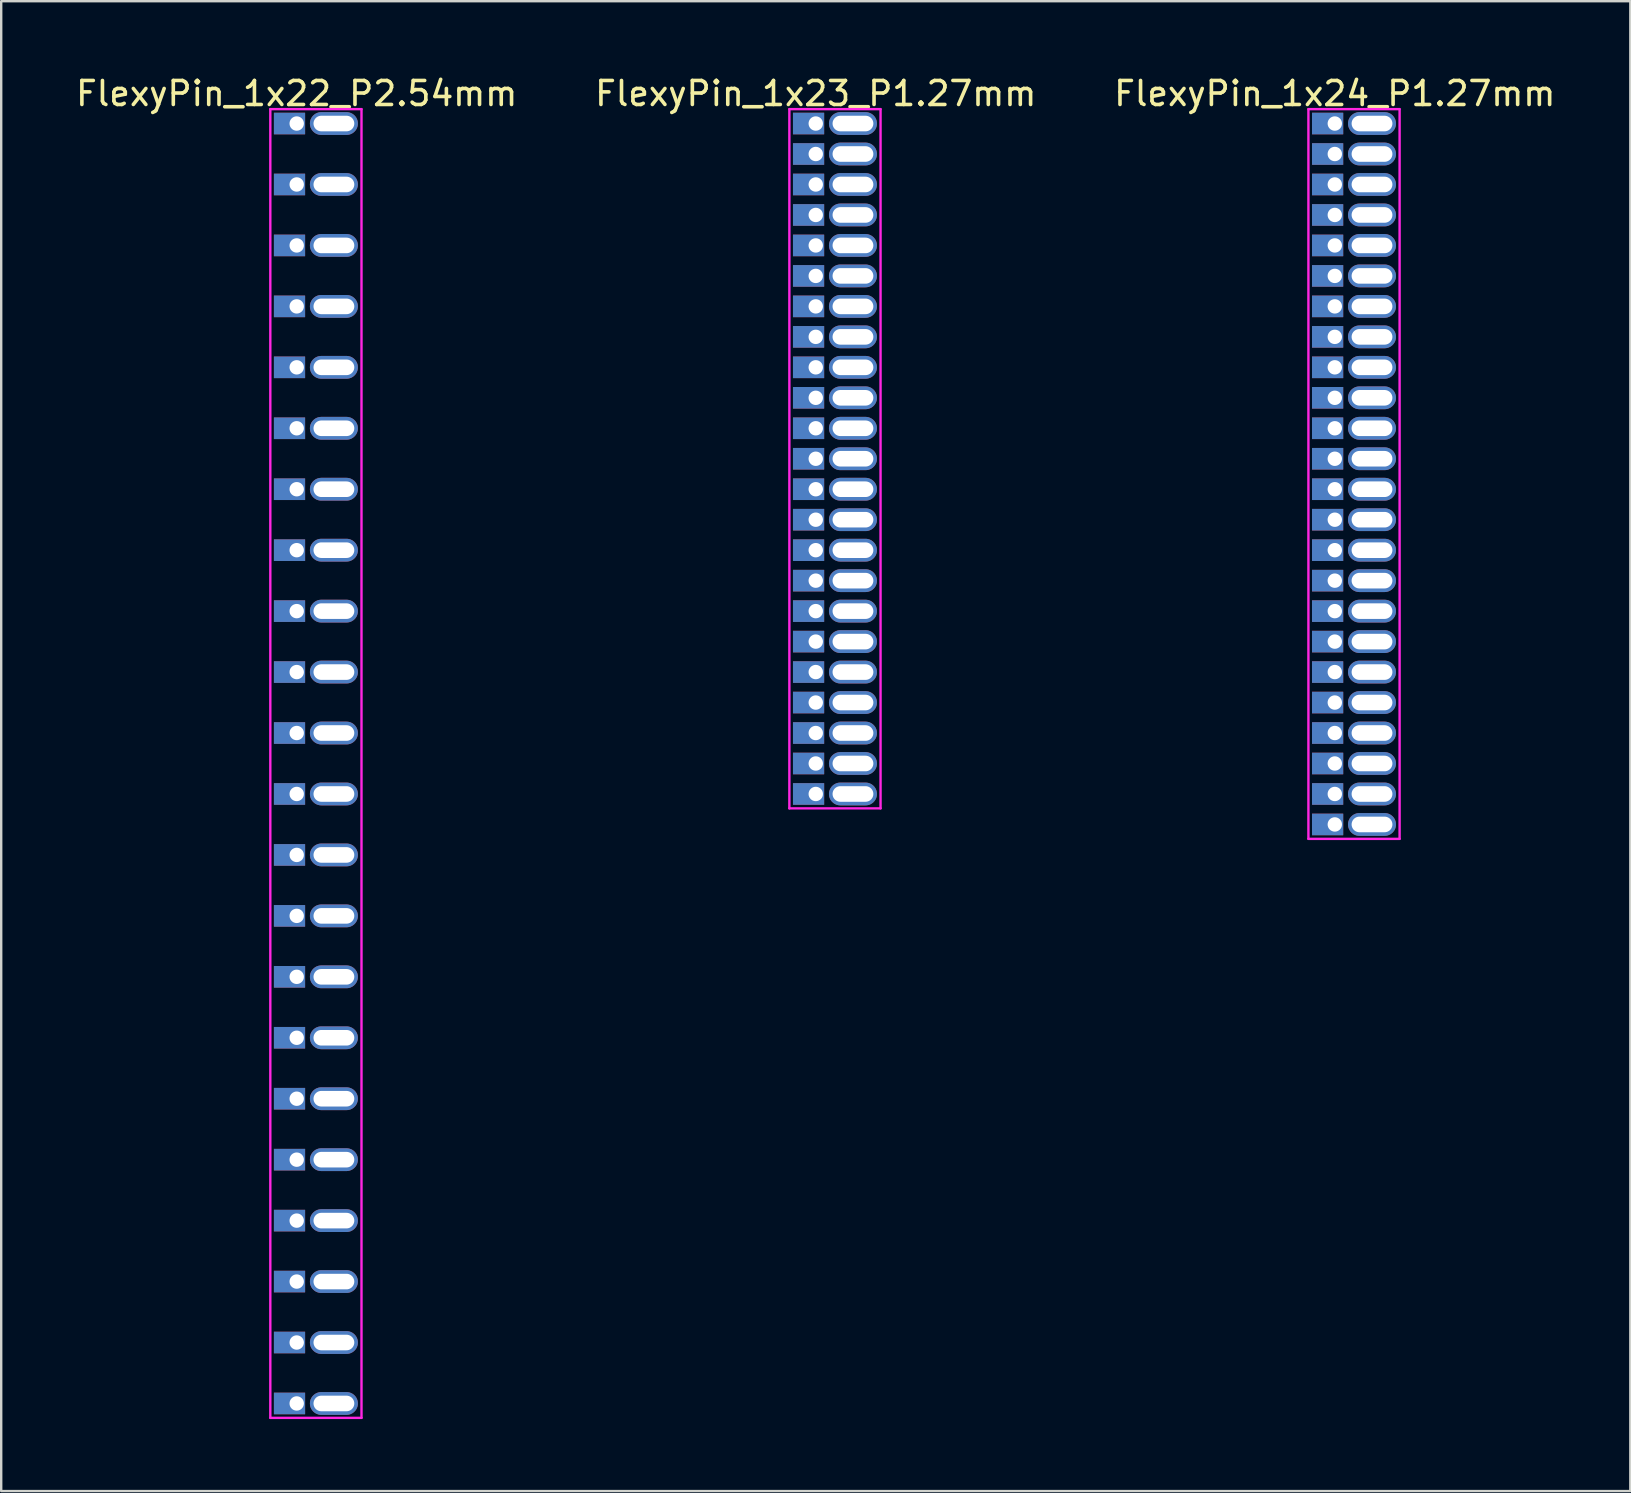
<source format=kicad_pcb>
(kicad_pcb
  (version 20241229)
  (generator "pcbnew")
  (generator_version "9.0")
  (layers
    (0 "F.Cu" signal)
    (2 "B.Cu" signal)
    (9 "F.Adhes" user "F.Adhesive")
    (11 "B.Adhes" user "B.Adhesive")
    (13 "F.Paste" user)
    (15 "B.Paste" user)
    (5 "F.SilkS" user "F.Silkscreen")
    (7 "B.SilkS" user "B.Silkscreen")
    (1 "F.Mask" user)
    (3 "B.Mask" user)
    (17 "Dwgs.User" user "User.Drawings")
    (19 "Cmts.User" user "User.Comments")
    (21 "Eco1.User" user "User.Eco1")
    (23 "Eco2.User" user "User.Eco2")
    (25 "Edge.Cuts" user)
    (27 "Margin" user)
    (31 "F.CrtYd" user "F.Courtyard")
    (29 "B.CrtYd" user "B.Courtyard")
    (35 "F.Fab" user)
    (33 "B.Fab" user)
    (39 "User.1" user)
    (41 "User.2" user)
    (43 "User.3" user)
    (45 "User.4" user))
  (footprint "FlexyPin_1x23_P1.27mm"
    (layer "F.Cu")
    (at 30.946 2.098)
    (property "Reference" "FlexyPin_1x23_P1.27mm" (at 0 -1.25 0) (layer "F.SilkS") (effects (font (size 1 1) (thickness 0.15))))
    (attr through_hole)
    (fp_line (start -1.1 -0.6) (end 2.7 -0.6) (stroke (width 0.1) (type solid)) (layer "F.CrtYd"))
    (fp_line (start -1.1 28.54) (end -1.1 -0.6) (stroke (width 0.1) (type solid)) (layer "F.CrtYd"))
    (fp_line (start 2.7 -0.6) (end 2.7 28.54) (stroke (width 0.1) (type solid)) (layer "F.CrtYd"))
    (fp_line (start 2.7 28.54) (end -1.1 28.54) (stroke (width 0.1) (type solid)) (layer "F.CrtYd"))
    (pad "" thru_hole oval (at 1.55 0) (size 2 0.95) (drill oval 1.7 0.65) (layers "*.Cu" "*.Mask"))
    (pad "" thru_hole oval (at 1.55 1.27) (size 2 0.95) (drill oval 1.7 0.65) (layers "*.Cu" "*.Mask"))
    (pad "" thru_hole oval (at 1.55 2.54) (size 2 0.95) (drill oval 1.7 0.65) (layers "*.Cu" "*.Mask"))
    (pad "" thru_hole oval (at 1.55 3.81) (size 2 0.95) (drill oval 1.7 0.65) (layers "*.Cu" "*.Mask"))
    (pad "" thru_hole oval (at 1.55 5.08) (size 2 0.95) (drill oval 1.7 0.65) (layers "*.Cu" "*.Mask"))
    (pad "" thru_hole oval (at 1.55 6.35) (size 2 0.95) (drill oval 1.7 0.65) (layers "*.Cu" "*.Mask"))
    (pad "" thru_hole oval (at 1.55 7.62) (size 2 0.95) (drill oval 1.7 0.65) (layers "*.Cu" "*.Mask"))
    (pad "" thru_hole oval (at 1.55 8.89) (size 2 0.95) (drill oval 1.7 0.65) (layers "*.Cu" "*.Mask"))
    (pad "" thru_hole oval (at 1.55 10.16) (size 2 0.95) (drill oval 1.7 0.65) (layers "*.Cu" "*.Mask"))
    (pad "" thru_hole oval (at 1.55 11.43) (size 2 0.95) (drill oval 1.7 0.65) (layers "*.Cu" "*.Mask"))
    (pad "" thru_hole oval (at 1.55 12.7) (size 2 0.95) (drill oval 1.7 0.65) (layers "*.Cu" "*.Mask"))
    (pad "" thru_hole oval (at 1.55 13.97) (size 2 0.95) (drill oval 1.7 0.65) (layers "*.Cu" "*.Mask"))
    (pad "" thru_hole oval (at 1.55 15.24) (size 2 0.95) (drill oval 1.7 0.65) (layers "*.Cu" "*.Mask"))
    (pad "" thru_hole oval (at 1.55 16.51) (size 2 0.95) (drill oval 1.7 0.65) (layers "*.Cu" "*.Mask"))
    (pad "" thru_hole oval (at 1.55 17.78) (size 2 0.95) (drill oval 1.7 0.65) (layers "*.Cu" "*.Mask"))
    (pad "" thru_hole oval (at 1.55 19.05) (size 2 0.95) (drill oval 1.7 0.65) (layers "*.Cu" "*.Mask"))
    (pad "" thru_hole oval (at 1.55 20.32) (size 2 0.95) (drill oval 1.7 0.65) (layers "*.Cu" "*.Mask"))
    (pad "" thru_hole oval (at 1.55 21.59) (size 2 0.95) (drill oval 1.7 0.65) (layers "*.Cu" "*.Mask"))
    (pad "" thru_hole oval (at 1.55 22.86) (size 2 0.95) (drill oval 1.7 0.65) (layers "*.Cu" "*.Mask"))
    (pad "" thru_hole oval (at 1.55 24.13) (size 2 0.95) (drill oval 1.7 0.65) (layers "*.Cu" "*.Mask"))
    (pad "" thru_hole oval (at 1.55 25.4) (size 2 0.95) (drill oval 1.7 0.65) (layers "*.Cu" "*.Mask"))
    (pad "" thru_hole oval (at 1.55 26.67) (size 2 0.95) (drill oval 1.7 0.65) (layers "*.Cu" "*.Mask"))
    (pad "" thru_hole oval (at 1.55 27.94) (size 2 0.95) (drill oval 1.7 0.65) (layers "*.Cu" "*.Mask"))
    (pad "1" thru_hole rect (at 0 0) (size 1.3 0.9) (drill 0.6 (offset -0.3 0)) (layers "*.Cu" "*.Mask"))
    (pad "2" thru_hole rect (at 0 1.27) (size 1.3 0.9) (drill 0.6 (offset -0.3 0)) (layers "*.Cu" "*.Mask"))
    (pad "3" thru_hole rect (at 0 2.54) (size 1.3 0.9) (drill 0.6 (offset -0.3 0)) (layers "*.Cu" "*.Mask"))
    (pad "4" thru_hole rect (at 0 3.81) (size 1.3 0.9) (drill 0.6 (offset -0.3 0)) (layers "*.Cu" "*.Mask"))
    (pad "5" thru_hole rect (at 0 5.08) (size 1.3 0.9) (drill 0.6 (offset -0.3 0)) (layers "*.Cu" "*.Mask"))
    (pad "6" thru_hole rect (at 0 6.35) (size 1.3 0.9) (drill 0.6 (offset -0.3 0)) (layers "*.Cu" "*.Mask"))
    (pad "7" thru_hole rect (at 0 7.62) (size 1.3 0.9) (drill 0.6 (offset -0.3 0)) (layers "*.Cu" "*.Mask"))
    (pad "8" thru_hole rect (at 0 8.89) (size 1.3 0.9) (drill 0.6 (offset -0.3 0)) (layers "*.Cu" "*.Mask"))
    (pad "9" thru_hole rect (at 0 10.16) (size 1.3 0.9) (drill 0.6 (offset -0.3 0)) (layers "*.Cu" "*.Mask"))
    (pad "10" thru_hole rect (at 0 11.43) (size 1.3 0.9) (drill 0.6 (offset -0.3 0)) (layers "*.Cu" "*.Mask"))
    (pad "11" thru_hole rect (at 0 12.7) (size 1.3 0.9) (drill 0.6 (offset -0.3 0)) (layers "*.Cu" "*.Mask"))
    (pad "12" thru_hole rect (at 0 13.97) (size 1.3 0.9) (drill 0.6 (offset -0.3 0)) (layers "*.Cu" "*.Mask"))
    (pad "13" thru_hole rect (at 0 15.24) (size 1.3 0.9) (drill 0.6 (offset -0.3 0)) (layers "*.Cu" "*.Mask"))
    (pad "14" thru_hole rect (at 0 16.51) (size 1.3 0.9) (drill 0.6 (offset -0.3 0)) (layers "*.Cu" "*.Mask"))
    (pad "15" thru_hole rect (at 0 17.78) (size 1.3 0.9) (drill 0.6 (offset -0.3 0)) (layers "*.Cu" "*.Mask"))
    (pad "16" thru_hole rect (at 0 19.05) (size 1.3 0.9) (drill 0.6 (offset -0.3 0)) (layers "*.Cu" "*.Mask"))
    (pad "17" thru_hole rect (at 0 20.32) (size 1.3 0.9) (drill 0.6 (offset -0.3 0)) (layers "*.Cu" "*.Mask"))
    (pad "18" thru_hole rect (at 0 21.59) (size 1.3 0.9) (drill 0.6 (offset -0.3 0)) (layers "*.Cu" "*.Mask"))
    (pad "19" thru_hole rect (at 0 22.86) (size 1.3 0.9) (drill 0.6 (offset -0.3 0)) (layers "*.Cu" "*.Mask"))
    (pad "20" thru_hole rect (at 0 24.13) (size 1.3 0.9) (drill 0.6 (offset -0.3 0)) (layers "*.Cu" "*.Mask"))
    (pad "21" thru_hole rect (at 0 25.4) (size 1.3 0.9) (drill 0.6 (offset -0.3 0)) (layers "*.Cu" "*.Mask"))
    (pad "22" thru_hole rect (at 0 26.67) (size 1.3 0.9) (drill 0.6 (offset -0.3 0)) (layers "*.Cu" "*.Mask"))
    (pad "23" thru_hole rect (at 0 27.94) (size 1.3 0.9) (drill 0.6 (offset -0.3 0)) (layers "*.Cu" "*.Mask")))
  (footprint "FlexyPin_1x22_P2.54mm"
    (layer "F.Cu")
    (at 9.315 2.098)
    (property "Reference" "FlexyPin_1x22_P2.54mm" (at 0 -1.25 0) (layer "F.SilkS") (effects (font (size 1 1) (thickness 0.15))))
    (attr through_hole)
    (fp_line (start -1.1 -0.6) (end 2.7 -0.6) (stroke (width 0.1) (type solid)) (layer "F.CrtYd"))
    (fp_line (start -1.1 53.94) (end -1.1 -0.6) (stroke (width 0.1) (type solid)) (layer "F.CrtYd"))
    (fp_line (start 2.7 -0.6) (end 2.7 53.94) (stroke (width 0.1) (type solid)) (layer "F.CrtYd"))
    (fp_line (start 2.7 53.94) (end -1.1 53.94) (stroke (width 0.1) (type solid)) (layer "F.CrtYd"))
    (pad "" thru_hole oval (at 1.55 0) (size 2 0.95) (drill oval 1.7 0.65) (layers "*.Cu" "*.Mask"))
    (pad "" thru_hole oval (at 1.55 2.54) (size 2 0.95) (drill oval 1.7 0.65) (layers "*.Cu" "*.Mask"))
    (pad "" thru_hole oval (at 1.55 5.08) (size 2 0.95) (drill oval 1.7 0.65) (layers "*.Cu" "*.Mask"))
    (pad "" thru_hole oval (at 1.55 7.62) (size 2 0.95) (drill oval 1.7 0.65) (layers "*.Cu" "*.Mask"))
    (pad "" thru_hole oval (at 1.55 10.16) (size 2 0.95) (drill oval 1.7 0.65) (layers "*.Cu" "*.Mask"))
    (pad "" thru_hole oval (at 1.55 12.7) (size 2 0.95) (drill oval 1.7 0.65) (layers "*.Cu" "*.Mask"))
    (pad "" thru_hole oval (at 1.55 15.24) (size 2 0.95) (drill oval 1.7 0.65) (layers "*.Cu" "*.Mask"))
    (pad "" thru_hole oval (at 1.55 17.78) (size 2 0.95) (drill oval 1.7 0.65) (layers "*.Cu" "*.Mask"))
    (pad "" thru_hole oval (at 1.55 20.32) (size 2 0.95) (drill oval 1.7 0.65) (layers "*.Cu" "*.Mask"))
    (pad "" thru_hole oval (at 1.55 22.86) (size 2 0.95) (drill oval 1.7 0.65) (layers "*.Cu" "*.Mask"))
    (pad "" thru_hole oval (at 1.55 25.4) (size 2 0.95) (drill oval 1.7 0.65) (layers "*.Cu" "*.Mask"))
    (pad "" thru_hole oval (at 1.55 27.94) (size 2 0.95) (drill oval 1.7 0.65) (layers "*.Cu" "*.Mask"))
    (pad "" thru_hole oval (at 1.55 30.48) (size 2 0.95) (drill oval 1.7 0.65) (layers "*.Cu" "*.Mask"))
    (pad "" thru_hole oval (at 1.55 33.02) (size 2 0.95) (drill oval 1.7 0.65) (layers "*.Cu" "*.Mask"))
    (pad "" thru_hole oval (at 1.55 35.56) (size 2 0.95) (drill oval 1.7 0.65) (layers "*.Cu" "*.Mask"))
    (pad "" thru_hole oval (at 1.55 38.1) (size 2 0.95) (drill oval 1.7 0.65) (layers "*.Cu" "*.Mask"))
    (pad "" thru_hole oval (at 1.55 40.64) (size 2 0.95) (drill oval 1.7 0.65) (layers "*.Cu" "*.Mask"))
    (pad "" thru_hole oval (at 1.55 43.18) (size 2 0.95) (drill oval 1.7 0.65) (layers "*.Cu" "*.Mask"))
    (pad "" thru_hole oval (at 1.55 45.72) (size 2 0.95) (drill oval 1.7 0.65) (layers "*.Cu" "*.Mask"))
    (pad "" thru_hole oval (at 1.55 48.26) (size 2 0.95) (drill oval 1.7 0.65) (layers "*.Cu" "*.Mask"))
    (pad "" thru_hole oval (at 1.55 50.8) (size 2 0.95) (drill oval 1.7 0.65) (layers "*.Cu" "*.Mask"))
    (pad "" thru_hole oval (at 1.55 53.34) (size 2 0.95) (drill oval 1.7 0.65) (layers "*.Cu" "*.Mask"))
    (pad "1" thru_hole rect (at 0 0) (size 1.3 0.9) (drill 0.6 (offset -0.3 0)) (layers "*.Cu" "*.Mask"))
    (pad "2" thru_hole rect (at 0 2.54) (size 1.3 0.9) (drill 0.6 (offset -0.3 0)) (layers "*.Cu" "*.Mask"))
    (pad "3" thru_hole rect (at 0 5.08) (size 1.3 0.9) (drill 0.6 (offset -0.3 0)) (layers "*.Cu" "*.Mask"))
    (pad "4" thru_hole rect (at 0 7.62) (size 1.3 0.9) (drill 0.6 (offset -0.3 0)) (layers "*.Cu" "*.Mask"))
    (pad "5" thru_hole rect (at 0 10.16) (size 1.3 0.9) (drill 0.6 (offset -0.3 0)) (layers "*.Cu" "*.Mask"))
    (pad "6" thru_hole rect (at 0 12.7) (size 1.3 0.9) (drill 0.6 (offset -0.3 0)) (layers "*.Cu" "*.Mask"))
    (pad "7" thru_hole rect (at 0 15.24) (size 1.3 0.9) (drill 0.6 (offset -0.3 0)) (layers "*.Cu" "*.Mask"))
    (pad "8" thru_hole rect (at 0 17.78) (size 1.3 0.9) (drill 0.6 (offset -0.3 0)) (layers "*.Cu" "*.Mask"))
    (pad "9" thru_hole rect (at 0 20.32) (size 1.3 0.9) (drill 0.6 (offset -0.3 0)) (layers "*.Cu" "*.Mask"))
    (pad "10" thru_hole rect (at 0 22.86) (size 1.3 0.9) (drill 0.6 (offset -0.3 0)) (layers "*.Cu" "*.Mask"))
    (pad "11" thru_hole rect (at 0 25.4) (size 1.3 0.9) (drill 0.6 (offset -0.3 0)) (layers "*.Cu" "*.Mask"))
    (pad "12" thru_hole rect (at 0 27.94) (size 1.3 0.9) (drill 0.6 (offset -0.3 0)) (layers "*.Cu" "*.Mask"))
    (pad "13" thru_hole rect (at 0 30.48) (size 1.3 0.9) (drill 0.6 (offset -0.3 0)) (layers "*.Cu" "*.Mask"))
    (pad "14" thru_hole rect (at 0 33.02) (size 1.3 0.9) (drill 0.6 (offset -0.3 0)) (layers "*.Cu" "*.Mask"))
    (pad "15" thru_hole rect (at 0 35.56) (size 1.3 0.9) (drill 0.6 (offset -0.3 0)) (layers "*.Cu" "*.Mask"))
    (pad "16" thru_hole rect (at 0 38.1) (size 1.3 0.9) (drill 0.6 (offset -0.3 0)) (layers "*.Cu" "*.Mask"))
    (pad "17" thru_hole rect (at 0 40.64) (size 1.3 0.9) (drill 0.6 (offset -0.3 0)) (layers "*.Cu" "*.Mask"))
    (pad "18" thru_hole rect (at 0 43.18) (size 1.3 0.9) (drill 0.6 (offset -0.3 0)) (layers "*.Cu" "*.Mask"))
    (pad "19" thru_hole rect (at 0 45.72) (size 1.3 0.9) (drill 0.6 (offset -0.3 0)) (layers "*.Cu" "*.Mask"))
    (pad "20" thru_hole rect (at 0 48.26) (size 1.3 0.9) (drill 0.6 (offset -0.3 0)) (layers "*.Cu" "*.Mask"))
    (pad "21" thru_hole rect (at 0 50.8) (size 1.3 0.9) (drill 0.6 (offset -0.3 0)) (layers "*.Cu" "*.Mask"))
    (pad "22" thru_hole rect (at 0 53.34) (size 1.3 0.9) (drill 0.6 (offset -0.3 0)) (layers "*.Cu" "*.Mask")))
  (footprint "FlexyPin_1x24_P1.27mm"
    (layer "F.Cu")
    (at 52.577 2.098)
    (property "Reference" "FlexyPin_1x24_P1.27mm" (at 0 -1.25 0) (layer "F.SilkS") (effects (font (size 1 1) (thickness 0.15))))
    (attr through_hole)
    (fp_line (start -1.1 -0.6) (end 2.7 -0.6) (stroke (width 0.1) (type solid)) (layer "F.CrtYd"))
    (fp_line (start -1.1 29.81) (end -1.1 -0.6) (stroke (width 0.1) (type solid)) (layer "F.CrtYd"))
    (fp_line (start 2.7 -0.6) (end 2.7 29.81) (stroke (width 0.1) (type solid)) (layer "F.CrtYd"))
    (fp_line (start 2.7 29.81) (end -1.1 29.81) (stroke (width 0.1) (type solid)) (layer "F.CrtYd"))
    (pad "" thru_hole oval (at 1.55 0) (size 2 0.95) (drill oval 1.7 0.65) (layers "*.Cu" "*.Mask"))
    (pad "" thru_hole oval (at 1.55 1.27) (size 2 0.95) (drill oval 1.7 0.65) (layers "*.Cu" "*.Mask"))
    (pad "" thru_hole oval (at 1.55 2.54) (size 2 0.95) (drill oval 1.7 0.65) (layers "*.Cu" "*.Mask"))
    (pad "" thru_hole oval (at 1.55 3.81) (size 2 0.95) (drill oval 1.7 0.65) (layers "*.Cu" "*.Mask"))
    (pad "" thru_hole oval (at 1.55 5.08) (size 2 0.95) (drill oval 1.7 0.65) (layers "*.Cu" "*.Mask"))
    (pad "" thru_hole oval (at 1.55 6.35) (size 2 0.95) (drill oval 1.7 0.65) (layers "*.Cu" "*.Mask"))
    (pad "" thru_hole oval (at 1.55 7.62) (size 2 0.95) (drill oval 1.7 0.65) (layers "*.Cu" "*.Mask"))
    (pad "" thru_hole oval (at 1.55 8.89) (size 2 0.95) (drill oval 1.7 0.65) (layers "*.Cu" "*.Mask"))
    (pad "" thru_hole oval (at 1.55 10.16) (size 2 0.95) (drill oval 1.7 0.65) (layers "*.Cu" "*.Mask"))
    (pad "" thru_hole oval (at 1.55 11.43) (size 2 0.95) (drill oval 1.7 0.65) (layers "*.Cu" "*.Mask"))
    (pad "" thru_hole oval (at 1.55 12.7) (size 2 0.95) (drill oval 1.7 0.65) (layers "*.Cu" "*.Mask"))
    (pad "" thru_hole oval (at 1.55 13.97) (size 2 0.95) (drill oval 1.7 0.65) (layers "*.Cu" "*.Mask"))
    (pad "" thru_hole oval (at 1.55 15.24) (size 2 0.95) (drill oval 1.7 0.65) (layers "*.Cu" "*.Mask"))
    (pad "" thru_hole oval (at 1.55 16.51) (size 2 0.95) (drill oval 1.7 0.65) (layers "*.Cu" "*.Mask"))
    (pad "" thru_hole oval (at 1.55 17.78) (size 2 0.95) (drill oval 1.7 0.65) (layers "*.Cu" "*.Mask"))
    (pad "" thru_hole oval (at 1.55 19.05) (size 2 0.95) (drill oval 1.7 0.65) (layers "*.Cu" "*.Mask"))
    (pad "" thru_hole oval (at 1.55 20.32) (size 2 0.95) (drill oval 1.7 0.65) (layers "*.Cu" "*.Mask"))
    (pad "" thru_hole oval (at 1.55 21.59) (size 2 0.95) (drill oval 1.7 0.65) (layers "*.Cu" "*.Mask"))
    (pad "" thru_hole oval (at 1.55 22.86) (size 2 0.95) (drill oval 1.7 0.65) (layers "*.Cu" "*.Mask"))
    (pad "" thru_hole oval (at 1.55 24.13) (size 2 0.95) (drill oval 1.7 0.65) (layers "*.Cu" "*.Mask"))
    (pad "" thru_hole oval (at 1.55 25.4) (size 2 0.95) (drill oval 1.7 0.65) (layers "*.Cu" "*.Mask"))
    (pad "" thru_hole oval (at 1.55 26.67) (size 2 0.95) (drill oval 1.7 0.65) (layers "*.Cu" "*.Mask"))
    (pad "" thru_hole oval (at 1.55 27.94) (size 2 0.95) (drill oval 1.7 0.65) (layers "*.Cu" "*.Mask"))
    (pad "" thru_hole oval (at 1.55 29.21) (size 2 0.95) (drill oval 1.7 0.65) (layers "*.Cu" "*.Mask"))
    (pad "1" thru_hole rect (at 0 0) (size 1.3 0.9) (drill 0.6 (offset -0.3 0)) (layers "*.Cu" "*.Mask"))
    (pad "2" thru_hole rect (at 0 1.27) (size 1.3 0.9) (drill 0.6 (offset -0.3 0)) (layers "*.Cu" "*.Mask"))
    (pad "3" thru_hole rect (at 0 2.54) (size 1.3 0.9) (drill 0.6 (offset -0.3 0)) (layers "*.Cu" "*.Mask"))
    (pad "4" thru_hole rect (at 0 3.81) (size 1.3 0.9) (drill 0.6 (offset -0.3 0)) (layers "*.Cu" "*.Mask"))
    (pad "5" thru_hole rect (at 0 5.08) (size 1.3 0.9) (drill 0.6 (offset -0.3 0)) (layers "*.Cu" "*.Mask"))
    (pad "6" thru_hole rect (at 0 6.35) (size 1.3 0.9) (drill 0.6 (offset -0.3 0)) (layers "*.Cu" "*.Mask"))
    (pad "7" thru_hole rect (at 0 7.62) (size 1.3 0.9) (drill 0.6 (offset -0.3 0)) (layers "*.Cu" "*.Mask"))
    (pad "8" thru_hole rect (at 0 8.89) (size 1.3 0.9) (drill 0.6 (offset -0.3 0)) (layers "*.Cu" "*.Mask"))
    (pad "9" thru_hole rect (at 0 10.16) (size 1.3 0.9) (drill 0.6 (offset -0.3 0)) (layers "*.Cu" "*.Mask"))
    (pad "10" thru_hole rect (at 0 11.43) (size 1.3 0.9) (drill 0.6 (offset -0.3 0)) (layers "*.Cu" "*.Mask"))
    (pad "11" thru_hole rect (at 0 12.7) (size 1.3 0.9) (drill 0.6 (offset -0.3 0)) (layers "*.Cu" "*.Mask"))
    (pad "12" thru_hole rect (at 0 13.97) (size 1.3 0.9) (drill 0.6 (offset -0.3 0)) (layers "*.Cu" "*.Mask"))
    (pad "13" thru_hole rect (at 0 15.24) (size 1.3 0.9) (drill 0.6 (offset -0.3 0)) (layers "*.Cu" "*.Mask"))
    (pad "14" thru_hole rect (at 0 16.51) (size 1.3 0.9) (drill 0.6 (offset -0.3 0)) (layers "*.Cu" "*.Mask"))
    (pad "15" thru_hole rect (at 0 17.78) (size 1.3 0.9) (drill 0.6 (offset -0.3 0)) (layers "*.Cu" "*.Mask"))
    (pad "16" thru_hole rect (at 0 19.05) (size 1.3 0.9) (drill 0.6 (offset -0.3 0)) (layers "*.Cu" "*.Mask"))
    (pad "17" thru_hole rect (at 0 20.32) (size 1.3 0.9) (drill 0.6 (offset -0.3 0)) (layers "*.Cu" "*.Mask"))
    (pad "18" thru_hole rect (at 0 21.59) (size 1.3 0.9) (drill 0.6 (offset -0.3 0)) (layers "*.Cu" "*.Mask"))
    (pad "19" thru_hole rect (at 0 22.86) (size 1.3 0.9) (drill 0.6 (offset -0.3 0)) (layers "*.Cu" "*.Mask"))
    (pad "20" thru_hole rect (at 0 24.13) (size 1.3 0.9) (drill 0.6 (offset -0.3 0)) (layers "*.Cu" "*.Mask"))
    (pad "21" thru_hole rect (at 0 25.4) (size 1.3 0.9) (drill 0.6 (offset -0.3 0)) (layers "*.Cu" "*.Mask"))
    (pad "22" thru_hole rect (at 0 26.67) (size 1.3 0.9) (drill 0.6 (offset -0.3 0)) (layers "*.Cu" "*.Mask"))
    (pad "23" thru_hole rect (at 0 27.94) (size 1.3 0.9) (drill 0.6 (offset -0.3 0)) (layers "*.Cu" "*.Mask"))
    (pad "24" thru_hole rect (at 0 29.21) (size 1.3 0.9) (drill 0.6 (offset -0.3 0)) (layers "*.Cu" "*.Mask")))
  (gr_rect
    (start -3 -3)
    (end 64.893 59.088)
    (stroke (width 0.1) (type default))
    (fill no)
    (layer "Edge.Cuts")))
</source>
